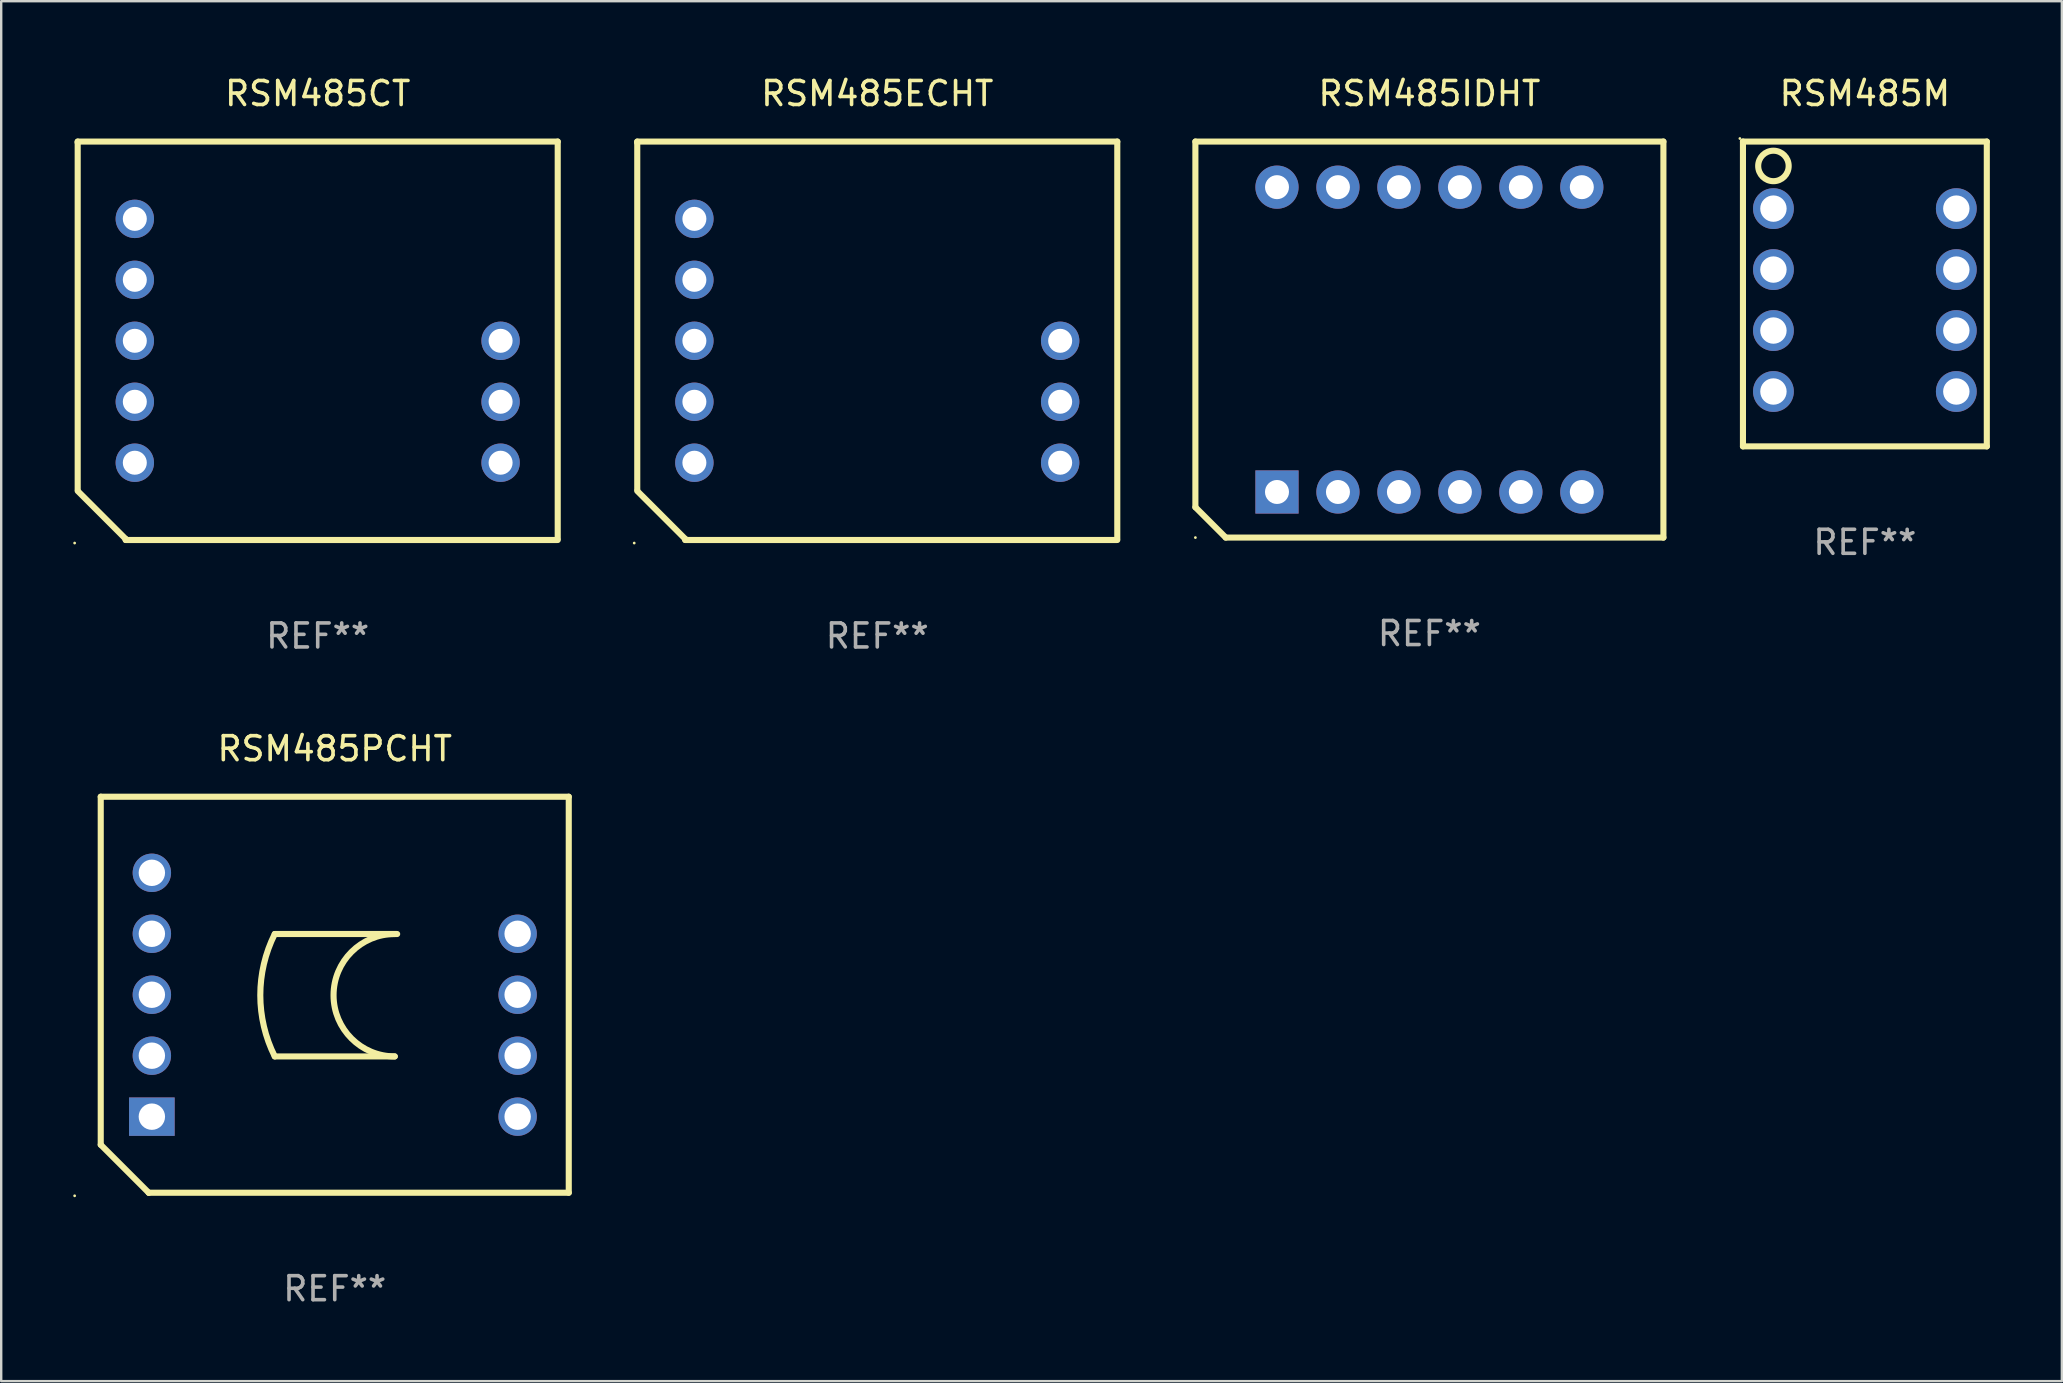
<source format=kicad_pcb>
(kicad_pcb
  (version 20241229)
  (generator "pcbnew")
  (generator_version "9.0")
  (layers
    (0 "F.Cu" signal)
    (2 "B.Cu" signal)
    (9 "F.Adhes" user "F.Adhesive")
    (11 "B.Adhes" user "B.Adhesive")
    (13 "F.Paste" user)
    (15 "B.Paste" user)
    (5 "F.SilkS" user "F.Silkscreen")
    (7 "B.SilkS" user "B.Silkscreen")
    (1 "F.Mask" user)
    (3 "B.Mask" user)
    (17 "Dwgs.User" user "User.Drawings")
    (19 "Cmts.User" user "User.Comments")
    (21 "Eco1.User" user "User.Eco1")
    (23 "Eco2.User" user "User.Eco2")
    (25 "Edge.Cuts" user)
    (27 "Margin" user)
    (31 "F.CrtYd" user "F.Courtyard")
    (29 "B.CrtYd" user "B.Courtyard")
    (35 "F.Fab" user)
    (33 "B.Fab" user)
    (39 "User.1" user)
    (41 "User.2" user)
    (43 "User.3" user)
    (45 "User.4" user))
  (footprint "RSM485M"
    (layer "F.Cu")
    (at 74.649 9.198)
    (property "Reference" "RSM485M" (at 0 -8.35 0) (layer "F.SilkS") (effects (font (size 1 1) (thickness 0.15))))
    (attr through_hole)
    (fp_line (start -5.08 -6.35) (end 5.08 -6.35) (stroke (width 0.254) (type solid)) (layer "F.SilkS"))
    (fp_line (start -5.08 6.35) (end -5.08 -6.35) (stroke (width 0.254) (type solid)) (layer "F.SilkS"))
    (fp_line (start 5.08 -6.35) (end 5.08 6.35) (stroke (width 0.254) (type solid)) (layer "F.SilkS"))
    (fp_line (start 5.08 6.35) (end -5.08 6.35) (stroke (width 0.254) (type solid)) (layer "F.SilkS"))
    (fp_circle (center -5.207 -6.477) (end -5.177 -6.477) (stroke (width 0.06) (type solid)) (fill no) (layer "F.SilkS"))
    (fp_circle (center -3.81 -5.334) (end -3.175 -5.334) (stroke (width 0.254) (type solid)) (fill no) (layer "F.SilkS"))
    (fp_text user "REF**" (at 0 10.35 0) (layer "F.Fab") (effects (font (size 1 1) (thickness 0.15))))
    (pad "1" thru_hole circle (at -3.81 -3.556) (size 1.7 1.7) (drill 1.1) (layers "*.Cu" "*.Mask"))
    (pad "2" thru_hole circle (at -3.81 -1.016) (size 1.7 1.7) (drill 1.1) (layers "*.Cu" "*.Mask"))
    (pad "3" thru_hole circle (at -3.81 1.524) (size 1.7 1.7) (drill 1.1) (layers "*.Cu" "*.Mask"))
    (pad "4" thru_hole circle (at -3.81 4.064) (size 1.7 1.7) (drill 1.1) (layers "*.Cu" "*.Mask"))
    (pad "5" thru_hole circle (at 3.81 4.064) (size 1.7 1.7) (drill 1.1) (layers "*.Cu" "*.Mask"))
    (pad "6" thru_hole circle (at 3.81 1.524) (size 1.7 1.7) (drill 1.1) (layers "*.Cu" "*.Mask"))
    (pad "7" thru_hole circle (at 3.81 -1.016) (size 1.7 1.7) (drill 1.1) (layers "*.Cu" "*.Mask"))
    (pad "8" thru_hole circle (at 3.81 -3.556) (size 1.7 1.7) (drill 1.1) (layers "*.Cu" "*.Mask")))
  (footprint "RSM485IDHT"
    (layer "F.Cu")
    (at 56.505 11.098)
    (property "Reference" "RSM485IDHT" (at 0 -10.25 0) (layer "F.SilkS") (effects (font (size 1 1) (thickness 0.15))))
    (attr through_hole)
    (fp_line (start -9.75 -8.25) (end 9.75 -8.25) (stroke (width 0.254) (type solid)) (layer "F.SilkS"))
    (fp_line (start -9.75 6.985) (end -9.75 -8.25) (stroke (width 0.254) (type solid)) (layer "F.SilkS"))
    (fp_line (start -8.485 8.25) (end -9.75 6.985) (stroke (width 0.254) (type solid)) (layer "F.SilkS"))
    (fp_line (start 9.75 8.25) (end -8.485 8.25) (stroke (width 0.254) (type solid)) (layer "F.SilkS"))
    (fp_line (start 9.75 8.25) (end 9.75 -8.25) (stroke (width 0.254) (type solid)) (layer "F.SilkS"))
    (fp_circle (center -9.75 8.25) (end -9.72 8.25) (stroke (width 0.06) (type solid)) (fill no) (layer "F.SilkS"))
    (fp_text user "REF**" (at 0 12.25 0) (layer "F.Fab") (effects (font (size 1 1) (thickness 0.15))))
    (pad "1" thru_hole rect (at -6.35 6.35) (size 1.8 1.8) (drill 1) (layers "*.Cu" "*.Mask"))
    (pad "2" thru_hole circle (at -3.81 6.35) (size 1.8 1.8) (drill 1) (layers "*.Cu" "*.Mask"))
    (pad "3" thru_hole circle (at -1.27 6.35) (size 1.8 1.8) (drill 1) (layers "*.Cu" "*.Mask"))
    (pad "4" thru_hole circle (at 1.27 6.35) (size 1.8 1.8) (drill 1) (layers "*.Cu" "*.Mask"))
    (pad "5" thru_hole circle (at 3.81 6.35) (size 1.8 1.8) (drill 1) (layers "*.Cu" "*.Mask"))
    (pad "6" thru_hole circle (at 6.35 6.35) (size 1.8 1.8) (drill 1) (layers "*.Cu" "*.Mask"))
    (pad "7" thru_hole circle (at 6.35 -6.35) (size 1.8 1.8) (drill 1) (layers "*.Cu" "*.Mask"))
    (pad "8" thru_hole circle (at 3.81 -6.35) (size 1.8 1.8) (drill 1) (layers "*.Cu" "*.Mask"))
    (pad "9" thru_hole circle (at 1.27 -6.35) (size 1.8 1.8) (drill 1) (layers "*.Cu" "*.Mask"))
    (pad "10" thru_hole circle (at -1.27 -6.35) (size 1.8 1.8) (drill 1) (layers "*.Cu" "*.Mask"))
    (pad "11" thru_hole circle (at -3.81 -6.35) (size 1.8 1.8) (drill 1) (layers "*.Cu" "*.Mask"))
    (pad "12" thru_hole circle (at -6.35 -6.35) (size 1.8 1.8) (drill 1) (layers "*.Cu" "*.Mask")))
  (footprint "RSM485ECHT"
    (layer "F.Cu")
    (at 33.501 11.149)
    (property "Reference" "RSM485ECHT" (at 0 -10.3 0) (layer "F.SilkS") (effects (font (size 1 1) (thickness 0.15))))
    (attr through_hole)
    (fp_line (start -10 -8.3) (end -10 -8.255) (stroke (width 0.254) (type solid)) (layer "F.SilkS"))
    (fp_line (start -10 -8.3) (end 10 -8.3) (stroke (width 0.254) (type solid)) (layer "F.SilkS"))
    (fp_line (start -10 -8.255) (end -10 6.2) (stroke (width 0.254) (type solid)) (layer "F.SilkS"))
    (fp_line (start -8 8.257) (end -10 6.257) (stroke (width 0.254) (type solid)) (layer "F.SilkS"))
    (fp_line (start -8 8.3) (end -8 8.257) (stroke (width 0.254) (type solid)) (layer "F.SilkS"))
    (fp_line (start -8 8.3) (end 10 8.3) (stroke (width 0.254) (type solid)) (layer "F.SilkS"))
    (fp_line (start 10 -8.3) (end 10 8.24) (stroke (width 0.254) (type solid)) (layer "F.SilkS"))
    (fp_circle (center -10.127 8.427) (end -10.097 8.427) (stroke (width 0.06) (type solid)) (fill no) (layer "F.SilkS"))
    (fp_text user "REF**" (at 0 12.3 0) (layer "F.Fab") (effects (font (size 1 1) (thickness 0.15))))
    (pad "1" thru_hole circle (at -7.62 5.08) (size 1.6 1.6) (drill 1) (layers "*.Cu" "*.Mask"))
    (pad "2" thru_hole circle (at -7.62 2.54) (size 1.6 1.6) (drill 1) (layers "*.Cu" "*.Mask"))
    (pad "3" thru_hole circle (at -7.62 0.000343) (size 1.6 1.6) (drill 1) (layers "*.Cu" "*.Mask"))
    (pad "4" thru_hole circle (at -7.62 -2.54) (size 1.6 1.6) (drill 1) (layers "*.Cu" "*.Mask"))
    (pad "5" thru_hole circle (at -7.62 -5.08) (size 1.6 1.6) (drill 1) (layers "*.Cu" "*.Mask"))
    (pad "8" thru_hole circle (at 7.62 0.000343) (size 1.6 1.6) (drill 1) (layers "*.Cu" "*.Mask"))
    (pad "9" thru_hole circle (at 7.62 2.54) (size 1.6 1.6) (drill 1) (layers "*.Cu" "*.Mask"))
    (pad "10" thru_hole circle (at 7.62 5.08) (size 1.6 1.6) (drill 1) (layers "*.Cu" "*.Mask")))
  (footprint "RSM485PCHT"
    (layer "F.Cu")
    (at 10.897 38.395)
    (property "Reference" "RSM485PCHT" (at 0 -10.25 0) (layer "F.SilkS") (effects (font (size 1 1) (thickness 0.15))))
    (attr through_hole)
    (fp_line (start -9.75 -8.25) (end -9.75 6.25) (stroke (width 0.254) (type solid)) (layer "F.SilkS"))
    (fp_line (start -9.75 -8.25) (end 9.75 -8.25) (stroke (width 0.254) (type solid)) (layer "F.SilkS"))
    (fp_line (start -7.75 8.25) (end -9.75 6.25) (stroke (width 0.254) (type solid)) (layer "F.SilkS"))
    (fp_line (start -7.75 8.25) (end -7.75 8.25) (stroke (width 0.254) (type solid)) (layer "F.SilkS"))
    (fp_line (start -7.75 8.25) (end 9.75 8.25) (stroke (width 0.254) (type solid)) (layer "F.SilkS"))
    (fp_line (start -2.5 -2.53) (end 2.6 -2.53) (stroke (width 0.254) (type solid)) (layer "F.SilkS"))
    (fp_line (start -2.5 2.57) (end 2.5 2.57) (stroke (width 0.254) (type solid)) (layer "F.SilkS"))
    (fp_line (start 9.75 -8.25) (end 9.75 8.25) (stroke (width 0.254) (type solid)) (layer "F.SilkS"))
    (fp_arc (start -2.499365 2.570486) (mid -3.101612 0.020319) (end -2.5 -2.529997) (stroke (width 0.254001) (type solid)) (layer "F.SilkS"))
    (fp_arc (start 2.5 2.570003) (mid -0.049276 0.019761) (end 2.500636 -2.529845) (stroke (width 0.254001) (type solid)) (layer "F.SilkS"))
    (fp_circle (center -10.837 8.377) (end -10.807 8.377) (stroke (width 0.06) (type solid)) (fill no) (layer "F.SilkS"))
    (fp_text user "REF**" (at 0 12.25 0) (layer "F.Fab") (effects (font (size 1 1) (thickness 0.15))))
    (pad "1" thru_hole rect (at -7.62 5.08) (size 1.9 1.6) (drill 1.1) (layers "*.Cu" "*.Mask"))
    (pad "2" thru_hole circle (at -7.62 2.54) (size 1.6 1.6) (drill 1.1) (layers "*.Cu" "*.Mask"))
    (pad "3" thru_hole circle (at -7.62 0) (size 1.6 1.6) (drill 1.1) (layers "*.Cu" "*.Mask"))
    (pad "4" thru_hole circle (at -7.62 -2.54) (size 1.6 1.6) (drill 1.1) (layers "*.Cu" "*.Mask"))
    (pad "5" thru_hole circle (at -7.62 -5.08) (size 1.6 1.6) (drill 1.1) (layers "*.Cu" "*.Mask"))
    (pad "7" thru_hole circle (at 7.62 -2.54) (size 1.6 1.6) (drill 1.1) (layers "*.Cu" "*.Mask"))
    (pad "8" thru_hole circle (at 7.62 0) (size 1.6 1.6) (drill 1.1) (layers "*.Cu" "*.Mask"))
    (pad "9" thru_hole circle (at 7.62 2.54) (size 1.6 1.6) (drill 1.1) (layers "*.Cu" "*.Mask"))
    (pad "10" thru_hole circle (at 7.62 5.08) (size 1.6 1.6) (drill 1.1) (layers "*.Cu" "*.Mask")))
  (footprint "RSM485CT"
    (layer "F.Cu")
    (at 10.187 11.149)
    (property "Reference" "RSM485CT" (at 0 -10.3 0) (layer "F.SilkS") (effects (font (size 1 1) (thickness 0.15))))
    (attr through_hole)
    (fp_line (start -10 -8.3) (end -10 -8.255) (stroke (width 0.254) (type solid)) (layer "F.SilkS"))
    (fp_line (start -10 -8.3) (end 10 -8.3) (stroke (width 0.254) (type solid)) (layer "F.SilkS"))
    (fp_line (start -10 -8.255) (end -10 6.2) (stroke (width 0.254) (type solid)) (layer "F.SilkS"))
    (fp_line (start -8 8.257) (end -10 6.257) (stroke (width 0.254) (type solid)) (layer "F.SilkS"))
    (fp_line (start -8 8.3) (end -8 8.257) (stroke (width 0.254) (type solid)) (layer "F.SilkS"))
    (fp_line (start -8 8.3) (end 10 8.3) (stroke (width 0.254) (type solid)) (layer "F.SilkS"))
    (fp_line (start 10 -8.3) (end 10 8.24) (stroke (width 0.254) (type solid)) (layer "F.SilkS"))
    (fp_circle (center -10.127 8.427) (end -10.097 8.427) (stroke (width 0.06) (type solid)) (fill no) (layer "F.SilkS"))
    (fp_text user "REF**" (at 0 12.3 0) (layer "F.Fab") (effects (font (size 1 1) (thickness 0.15))))
    (pad "1" thru_hole circle (at -7.62 5.08) (size 1.6 1.6) (drill 1) (layers "*.Cu" "*.Mask"))
    (pad "2" thru_hole circle (at -7.62 2.54) (size 1.6 1.6) (drill 1) (layers "*.Cu" "*.Mask"))
    (pad "3" thru_hole circle (at -7.62 0.000343) (size 1.6 1.6) (drill 1) (layers "*.Cu" "*.Mask"))
    (pad "4" thru_hole circle (at -7.62 -2.54) (size 1.6 1.6) (drill 1) (layers "*.Cu" "*.Mask"))
    (pad "5" thru_hole circle (at -7.62 -5.08) (size 1.6 1.6) (drill 1) (layers "*.Cu" "*.Mask"))
    (pad "8" thru_hole circle (at 7.62 0.000343) (size 1.6 1.6) (drill 1) (layers "*.Cu" "*.Mask"))
    (pad "9" thru_hole circle (at 7.62 2.54) (size 1.6 1.6) (drill 1) (layers "*.Cu" "*.Mask"))
    (pad "10" thru_hole circle (at 7.62 5.08) (size 1.6 1.6) (drill 1) (layers "*.Cu" "*.Mask")))
  (gr_rect
    (start -3 -3)
    (end 82.856 54.494)
    (stroke (width 0.1) (type default))
    (fill no)
    (layer "Edge.Cuts")))
</source>
